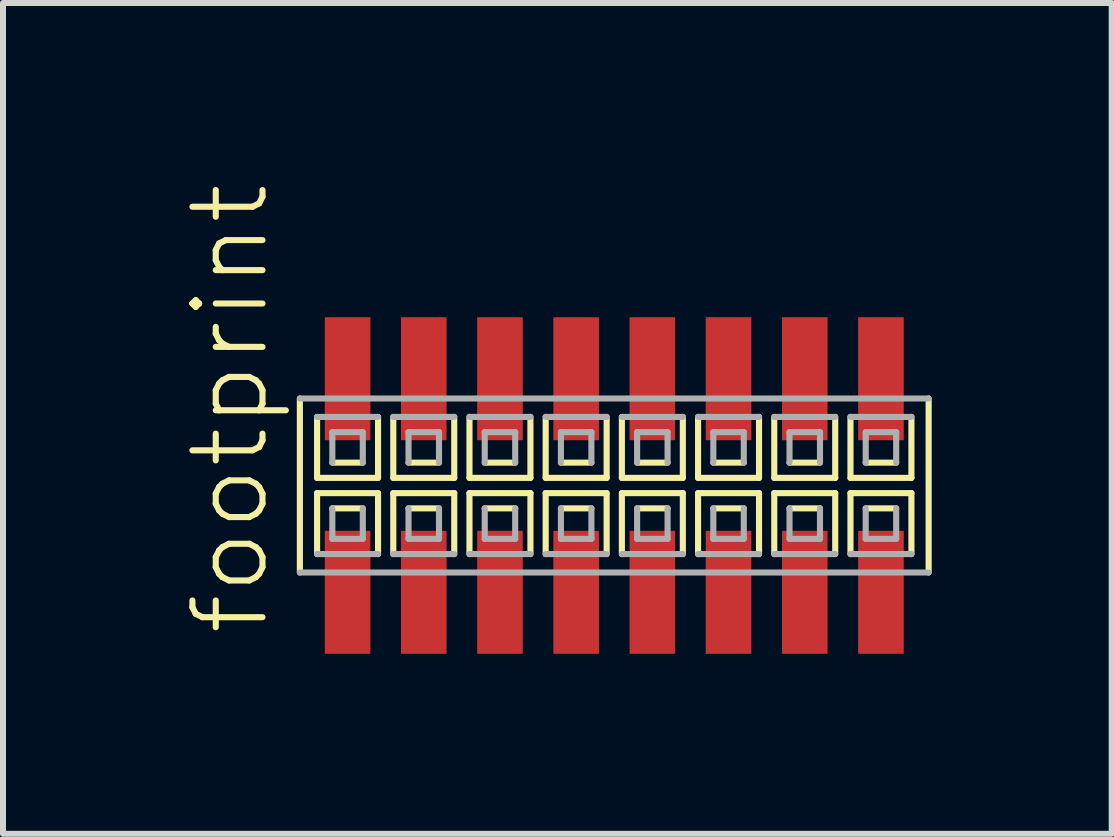
<source format=kicad_pcb>
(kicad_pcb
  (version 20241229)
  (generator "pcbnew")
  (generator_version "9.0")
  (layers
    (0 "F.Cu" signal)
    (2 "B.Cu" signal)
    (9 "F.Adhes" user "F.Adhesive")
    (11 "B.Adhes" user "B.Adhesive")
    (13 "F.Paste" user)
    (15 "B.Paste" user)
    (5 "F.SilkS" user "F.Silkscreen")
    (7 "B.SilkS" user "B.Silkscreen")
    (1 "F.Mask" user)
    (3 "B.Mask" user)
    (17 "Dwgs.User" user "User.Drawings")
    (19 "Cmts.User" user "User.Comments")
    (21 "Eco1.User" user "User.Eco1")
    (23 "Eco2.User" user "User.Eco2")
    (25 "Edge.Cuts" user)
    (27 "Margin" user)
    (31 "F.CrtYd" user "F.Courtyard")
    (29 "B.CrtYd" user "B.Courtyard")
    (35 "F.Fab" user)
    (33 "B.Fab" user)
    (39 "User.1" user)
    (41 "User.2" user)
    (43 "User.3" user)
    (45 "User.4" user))
  (footprint "footprint"
    (layer "F.Cu")
    (at 7.188 5.042)
    (property "Reference" "footprint" (at -5.715 2.54 90) (layer "F.SilkS") (effects (font (size 1.168 1.168) (thickness 0.102)) (justify left bottom)))
    (fp_line (start -5.24 -1.45) (end -5.24 1.45) (stroke (width 0.102) (type solid)) (layer "F.SilkS"))
    (fp_line (start -4.953 -1.143) (end -4.953 -0.127) (stroke (width 0.102) (type solid)) (layer "F.SilkS"))
    (fp_line (start -4.953 -0.127) (end -3.937 -0.127) (stroke (width 0.102) (type solid)) (layer "F.SilkS"))
    (fp_line (start -4.953 0.127) (end -4.953 1.143) (stroke (width 0.102) (type solid)) (layer "F.SilkS"))
    (fp_line (start -4.699 -0.381) (end -4.191 -0.381) (stroke (width 0.102) (type solid)) (layer "F.SilkS"))
    (fp_line (start -4.191 0.381) (end -4.699 0.381) (stroke (width 0.102) (type solid)) (layer "F.SilkS"))
    (fp_line (start -3.937 -0.127) (end -3.937 -1.143) (stroke (width 0.102) (type solid)) (layer "F.SilkS"))
    (fp_line (start -3.937 0.127) (end -4.953 0.127) (stroke (width 0.102) (type solid)) (layer "F.SilkS"))
    (fp_line (start -3.937 1.143) (end -3.937 0.127) (stroke (width 0.102) (type solid)) (layer "F.SilkS"))
    (fp_line (start -3.683 -1.143) (end -3.683 -0.127) (stroke (width 0.102) (type solid)) (layer "F.SilkS"))
    (fp_line (start -3.683 -0.127) (end -2.667 -0.127) (stroke (width 0.102) (type solid)) (layer "F.SilkS"))
    (fp_line (start -3.683 0.127) (end -3.683 1.143) (stroke (width 0.102) (type solid)) (layer "F.SilkS"))
    (fp_line (start -3.429 -0.381) (end -2.921 -0.381) (stroke (width 0.102) (type solid)) (layer "F.SilkS"))
    (fp_line (start -2.921 0.381) (end -3.429 0.381) (stroke (width 0.102) (type solid)) (layer "F.SilkS"))
    (fp_line (start -2.667 -0.127) (end -2.667 -1.143) (stroke (width 0.102) (type solid)) (layer "F.SilkS"))
    (fp_line (start -2.667 0.127) (end -3.683 0.127) (stroke (width 0.102) (type solid)) (layer "F.SilkS"))
    (fp_line (start -2.667 1.143) (end -2.667 0.127) (stroke (width 0.102) (type solid)) (layer "F.SilkS"))
    (fp_line (start -2.413 -1.143) (end -2.413 -0.127) (stroke (width 0.102) (type solid)) (layer "F.SilkS"))
    (fp_line (start -2.413 -0.127) (end -1.397 -0.127) (stroke (width 0.102) (type solid)) (layer "F.SilkS"))
    (fp_line (start -2.413 0.127) (end -2.413 1.143) (stroke (width 0.102) (type solid)) (layer "F.SilkS"))
    (fp_line (start -2.159 -0.381) (end -1.651 -0.381) (stroke (width 0.102) (type solid)) (layer "F.SilkS"))
    (fp_line (start -1.651 0.381) (end -2.159 0.381) (stroke (width 0.102) (type solid)) (layer "F.SilkS"))
    (fp_line (start -1.397 -0.127) (end -1.397 -1.143) (stroke (width 0.102) (type solid)) (layer "F.SilkS"))
    (fp_line (start -1.397 0.127) (end -2.413 0.127) (stroke (width 0.102) (type solid)) (layer "F.SilkS"))
    (fp_line (start -1.397 1.143) (end -1.397 0.127) (stroke (width 0.102) (type solid)) (layer "F.SilkS"))
    (fp_line (start -1.143 -1.143) (end -1.143 -0.127) (stroke (width 0.102) (type solid)) (layer "F.SilkS"))
    (fp_line (start -1.143 -0.127) (end -0.127 -0.127) (stroke (width 0.102) (type solid)) (layer "F.SilkS"))
    (fp_line (start -1.143 0.127) (end -1.143 1.143) (stroke (width 0.102) (type solid)) (layer "F.SilkS"))
    (fp_line (start -0.889 -0.381) (end -0.381 -0.381) (stroke (width 0.102) (type solid)) (layer "F.SilkS"))
    (fp_line (start -0.381 0.381) (end -0.889 0.381) (stroke (width 0.102) (type solid)) (layer "F.SilkS"))
    (fp_line (start -0.127 -0.127) (end -0.127 -1.143) (stroke (width 0.102) (type solid)) (layer "F.SilkS"))
    (fp_line (start -0.127 0.127) (end -1.143 0.127) (stroke (width 0.102) (type solid)) (layer "F.SilkS"))
    (fp_line (start -0.127 1.143) (end -0.127 0.127) (stroke (width 0.102) (type solid)) (layer "F.SilkS"))
    (fp_line (start 0.127 -1.143) (end 0.127 -0.127) (stroke (width 0.102) (type solid)) (layer "F.SilkS"))
    (fp_line (start 0.127 -0.127) (end 1.143 -0.127) (stroke (width 0.102) (type solid)) (layer "F.SilkS"))
    (fp_line (start 0.127 0.127) (end 0.127 1.143) (stroke (width 0.102) (type solid)) (layer "F.SilkS"))
    (fp_line (start 0.381 -0.381) (end 0.889 -0.381) (stroke (width 0.102) (type solid)) (layer "F.SilkS"))
    (fp_line (start 0.889 0.381) (end 0.381 0.381) (stroke (width 0.102) (type solid)) (layer "F.SilkS"))
    (fp_line (start 1.143 -0.127) (end 1.143 -1.143) (stroke (width 0.102) (type solid)) (layer "F.SilkS"))
    (fp_line (start 1.143 0.127) (end 0.127 0.127) (stroke (width 0.102) (type solid)) (layer "F.SilkS"))
    (fp_line (start 1.143 1.143) (end 1.143 0.127) (stroke (width 0.102) (type solid)) (layer "F.SilkS"))
    (fp_line (start 1.397 -1.143) (end 1.397 -0.127) (stroke (width 0.102) (type solid)) (layer "F.SilkS"))
    (fp_line (start 1.397 -0.127) (end 2.413 -0.127) (stroke (width 0.102) (type solid)) (layer "F.SilkS"))
    (fp_line (start 1.397 0.127) (end 1.397 1.143) (stroke (width 0.102) (type solid)) (layer "F.SilkS"))
    (fp_line (start 1.651 -0.381) (end 2.159 -0.381) (stroke (width 0.102) (type solid)) (layer "F.SilkS"))
    (fp_line (start 2.159 0.381) (end 1.651 0.381) (stroke (width 0.102) (type solid)) (layer "F.SilkS"))
    (fp_line (start 2.413 -0.127) (end 2.413 -1.143) (stroke (width 0.102) (type solid)) (layer "F.SilkS"))
    (fp_line (start 2.413 0.127) (end 1.397 0.127) (stroke (width 0.102) (type solid)) (layer "F.SilkS"))
    (fp_line (start 2.413 1.143) (end 2.413 0.127) (stroke (width 0.102) (type solid)) (layer "F.SilkS"))
    (fp_line (start 2.667 -1.143) (end 2.667 -0.127) (stroke (width 0.102) (type solid)) (layer "F.SilkS"))
    (fp_line (start 2.667 -0.127) (end 3.683 -0.127) (stroke (width 0.102) (type solid)) (layer "F.SilkS"))
    (fp_line (start 2.667 0.127) (end 2.667 1.143) (stroke (width 0.102) (type solid)) (layer "F.SilkS"))
    (fp_line (start 2.921 -0.381) (end 3.429 -0.381) (stroke (width 0.102) (type solid)) (layer "F.SilkS"))
    (fp_line (start 3.429 0.381) (end 2.921 0.381) (stroke (width 0.102) (type solid)) (layer "F.SilkS"))
    (fp_line (start 3.683 -0.127) (end 3.683 -1.143) (stroke (width 0.102) (type solid)) (layer "F.SilkS"))
    (fp_line (start 3.683 0.127) (end 2.667 0.127) (stroke (width 0.102) (type solid)) (layer "F.SilkS"))
    (fp_line (start 3.683 1.143) (end 3.683 0.127) (stroke (width 0.102) (type solid)) (layer "F.SilkS"))
    (fp_line (start 3.937 -1.143) (end 3.937 -0.127) (stroke (width 0.102) (type solid)) (layer "F.SilkS"))
    (fp_line (start 3.937 -0.127) (end 4.953 -0.127) (stroke (width 0.102) (type solid)) (layer "F.SilkS"))
    (fp_line (start 3.937 0.127) (end 3.937 1.143) (stroke (width 0.102) (type solid)) (layer "F.SilkS"))
    (fp_line (start 4.191 -0.381) (end 4.699 -0.381) (stroke (width 0.102) (type solid)) (layer "F.SilkS"))
    (fp_line (start 4.699 0.381) (end 4.191 0.381) (stroke (width 0.102) (type solid)) (layer "F.SilkS"))
    (fp_line (start 4.953 -0.127) (end 4.953 -1.143) (stroke (width 0.102) (type solid)) (layer "F.SilkS"))
    (fp_line (start 4.953 0.127) (end 3.937 0.127) (stroke (width 0.102) (type solid)) (layer "F.SilkS"))
    (fp_line (start 4.953 1.143) (end 4.953 0.127) (stroke (width 0.102) (type solid)) (layer "F.SilkS"))
    (fp_line (start 5.24 1.45) (end 5.24 -1.45) (stroke (width 0.102) (type solid)) (layer "F.SilkS"))
    (fp_line (start -5.24 1.45) (end 5.24 1.45) (stroke (width 0.102) (type solid)) (layer "F.Fab"))
    (fp_line (start -4.953 1.143) (end -3.937 1.143) (stroke (width 0.102) (type solid)) (layer "F.Fab"))
    (fp_line (start -4.699 -0.889) (end -4.699 -0.381) (stroke (width 0.102) (type solid)) (layer "F.Fab"))
    (fp_line (start -4.699 0.381) (end -4.699 0.889) (stroke (width 0.102) (type solid)) (layer "F.Fab"))
    (fp_line (start -4.699 0.889) (end -4.191 0.889) (stroke (width 0.102) (type solid)) (layer "F.Fab"))
    (fp_line (start -4.191 -0.889) (end -4.699 -0.889) (stroke (width 0.102) (type solid)) (layer "F.Fab"))
    (fp_line (start -4.191 -0.381) (end -4.191 -0.889) (stroke (width 0.102) (type solid)) (layer "F.Fab"))
    (fp_line (start -4.191 0.889) (end -4.191 0.381) (stroke (width 0.102) (type solid)) (layer "F.Fab"))
    (fp_line (start -3.937 -1.143) (end -4.953 -1.143) (stroke (width 0.102) (type solid)) (layer "F.Fab"))
    (fp_line (start -3.683 1.143) (end -2.667 1.143) (stroke (width 0.102) (type solid)) (layer "F.Fab"))
    (fp_line (start -3.429 -0.889) (end -3.429 -0.381) (stroke (width 0.102) (type solid)) (layer "F.Fab"))
    (fp_line (start -3.429 0.381) (end -3.429 0.889) (stroke (width 0.102) (type solid)) (layer "F.Fab"))
    (fp_line (start -3.429 0.889) (end -2.921 0.889) (stroke (width 0.102) (type solid)) (layer "F.Fab"))
    (fp_line (start -2.921 -0.889) (end -3.429 -0.889) (stroke (width 0.102) (type solid)) (layer "F.Fab"))
    (fp_line (start -2.921 -0.381) (end -2.921 -0.889) (stroke (width 0.102) (type solid)) (layer "F.Fab"))
    (fp_line (start -2.921 0.889) (end -2.921 0.381) (stroke (width 0.102) (type solid)) (layer "F.Fab"))
    (fp_line (start -2.667 -1.143) (end -3.683 -1.143) (stroke (width 0.102) (type solid)) (layer "F.Fab"))
    (fp_line (start -2.413 1.143) (end -1.397 1.143) (stroke (width 0.102) (type solid)) (layer "F.Fab"))
    (fp_line (start -2.159 -0.889) (end -2.159 -0.381) (stroke (width 0.102) (type solid)) (layer "F.Fab"))
    (fp_line (start -2.159 0.381) (end -2.159 0.889) (stroke (width 0.102) (type solid)) (layer "F.Fab"))
    (fp_line (start -2.159 0.889) (end -1.651 0.889) (stroke (width 0.102) (type solid)) (layer "F.Fab"))
    (fp_line (start -1.651 -0.889) (end -2.159 -0.889) (stroke (width 0.102) (type solid)) (layer "F.Fab"))
    (fp_line (start -1.651 -0.381) (end -1.651 -0.889) (stroke (width 0.102) (type solid)) (layer "F.Fab"))
    (fp_line (start -1.651 0.889) (end -1.651 0.381) (stroke (width 0.102) (type solid)) (layer "F.Fab"))
    (fp_line (start -1.397 -1.143) (end -2.413 -1.143) (stroke (width 0.102) (type solid)) (layer "F.Fab"))
    (fp_line (start -1.143 1.143) (end -0.127 1.143) (stroke (width 0.102) (type solid)) (layer "F.Fab"))
    (fp_line (start -0.889 -0.889) (end -0.889 -0.381) (stroke (width 0.102) (type solid)) (layer "F.Fab"))
    (fp_line (start -0.889 0.381) (end -0.889 0.889) (stroke (width 0.102) (type solid)) (layer "F.Fab"))
    (fp_line (start -0.889 0.889) (end -0.381 0.889) (stroke (width 0.102) (type solid)) (layer "F.Fab"))
    (fp_line (start -0.381 -0.889) (end -0.889 -0.889) (stroke (width 0.102) (type solid)) (layer "F.Fab"))
    (fp_line (start -0.381 -0.381) (end -0.381 -0.889) (stroke (width 0.102) (type solid)) (layer "F.Fab"))
    (fp_line (start -0.381 0.889) (end -0.381 0.381) (stroke (width 0.102) (type solid)) (layer "F.Fab"))
    (fp_line (start -0.127 -1.143) (end -1.143 -1.143) (stroke (width 0.102) (type solid)) (layer "F.Fab"))
    (fp_line (start 0.127 1.143) (end 1.143 1.143) (stroke (width 0.102) (type solid)) (layer "F.Fab"))
    (fp_line (start 0.381 -0.889) (end 0.381 -0.381) (stroke (width 0.102) (type solid)) (layer "F.Fab"))
    (fp_line (start 0.381 0.381) (end 0.381 0.889) (stroke (width 0.102) (type solid)) (layer "F.Fab"))
    (fp_line (start 0.381 0.889) (end 0.889 0.889) (stroke (width 0.102) (type solid)) (layer "F.Fab"))
    (fp_line (start 0.889 -0.889) (end 0.381 -0.889) (stroke (width 0.102) (type solid)) (layer "F.Fab"))
    (fp_line (start 0.889 -0.381) (end 0.889 -0.889) (stroke (width 0.102) (type solid)) (layer "F.Fab"))
    (fp_line (start 0.889 0.889) (end 0.889 0.381) (stroke (width 0.102) (type solid)) (layer "F.Fab"))
    (fp_line (start 1.143 -1.143) (end 0.127 -1.143) (stroke (width 0.102) (type solid)) (layer "F.Fab"))
    (fp_line (start 1.397 1.143) (end 2.413 1.143) (stroke (width 0.102) (type solid)) (layer "F.Fab"))
    (fp_line (start 1.651 -0.889) (end 1.651 -0.381) (stroke (width 0.102) (type solid)) (layer "F.Fab"))
    (fp_line (start 1.651 0.381) (end 1.651 0.889) (stroke (width 0.102) (type solid)) (layer "F.Fab"))
    (fp_line (start 1.651 0.889) (end 2.159 0.889) (stroke (width 0.102) (type solid)) (layer "F.Fab"))
    (fp_line (start 2.159 -0.889) (end 1.651 -0.889) (stroke (width 0.102) (type solid)) (layer "F.Fab"))
    (fp_line (start 2.159 -0.381) (end 2.159 -0.889) (stroke (width 0.102) (type solid)) (layer "F.Fab"))
    (fp_line (start 2.159 0.889) (end 2.159 0.381) (stroke (width 0.102) (type solid)) (layer "F.Fab"))
    (fp_line (start 2.413 -1.143) (end 1.397 -1.143) (stroke (width 0.102) (type solid)) (layer "F.Fab"))
    (fp_line (start 2.667 1.143) (end 3.683 1.143) (stroke (width 0.102) (type solid)) (layer "F.Fab"))
    (fp_line (start 2.921 -0.889) (end 2.921 -0.381) (stroke (width 0.102) (type solid)) (layer "F.Fab"))
    (fp_line (start 2.921 0.381) (end 2.921 0.889) (stroke (width 0.102) (type solid)) (layer "F.Fab"))
    (fp_line (start 2.921 0.889) (end 3.429 0.889) (stroke (width 0.102) (type solid)) (layer "F.Fab"))
    (fp_line (start 3.429 -0.889) (end 2.921 -0.889) (stroke (width 0.102) (type solid)) (layer "F.Fab"))
    (fp_line (start 3.429 -0.381) (end 3.429 -0.889) (stroke (width 0.102) (type solid)) (layer "F.Fab"))
    (fp_line (start 3.429 0.889) (end 3.429 0.381) (stroke (width 0.102) (type solid)) (layer "F.Fab"))
    (fp_line (start 3.683 -1.143) (end 2.667 -1.143) (stroke (width 0.102) (type solid)) (layer "F.Fab"))
    (fp_line (start 3.937 1.143) (end 4.953 1.143) (stroke (width 0.102) (type solid)) (layer "F.Fab"))
    (fp_line (start 4.191 -0.889) (end 4.191 -0.381) (stroke (width 0.102) (type solid)) (layer "F.Fab"))
    (fp_line (start 4.191 0.381) (end 4.191 0.889) (stroke (width 0.102) (type solid)) (layer "F.Fab"))
    (fp_line (start 4.191 0.889) (end 4.699 0.889) (stroke (width 0.102) (type solid)) (layer "F.Fab"))
    (fp_line (start 4.699 -0.889) (end 4.191 -0.889) (stroke (width 0.102) (type solid)) (layer "F.Fab"))
    (fp_line (start 4.699 -0.381) (end 4.699 -0.889) (stroke (width 0.102) (type solid)) (layer "F.Fab"))
    (fp_line (start 4.699 0.889) (end 4.699 0.381) (stroke (width 0.102) (type solid)) (layer "F.Fab"))
    (fp_line (start 4.953 -1.143) (end 3.937 -1.143) (stroke (width 0.102) (type solid)) (layer "F.Fab"))
    (fp_line (start 5.24 -1.45) (end -5.24 -1.45) (stroke (width 0.102) (type solid)) (layer "F.Fab"))
    (pad "1" smd rect (at -4.445 1.78) (size 0.76 2.05) (layers "F.Cu" "F.Mask" "F.Paste"))
    (pad "2" smd rect (at -4.445 -1.78) (size 0.76 2.05) (layers "F.Cu" "F.Mask" "F.Paste"))
    (pad "3" smd rect (at -3.175 1.78) (size 0.76 2.05) (layers "F.Cu" "F.Mask" "F.Paste"))
    (pad "4" smd rect (at -3.175 -1.78) (size 0.76 2.05) (layers "F.Cu" "F.Mask" "F.Paste"))
    (pad "5" smd rect (at -1.905 1.78) (size 0.76 2.05) (layers "F.Cu" "F.Mask" "F.Paste"))
    (pad "6" smd rect (at -1.905 -1.78) (size 0.76 2.05) (layers "F.Cu" "F.Mask" "F.Paste"))
    (pad "7" smd rect (at -0.635 1.78) (size 0.76 2.05) (layers "F.Cu" "F.Mask" "F.Paste"))
    (pad "8" smd rect (at -0.635 -1.78) (size 0.76 2.05) (layers "F.Cu" "F.Mask" "F.Paste"))
    (pad "9" smd rect (at 0.635 1.78) (size 0.76 2.05) (layers "F.Cu" "F.Mask" "F.Paste"))
    (pad "10" smd rect (at 0.635 -1.78) (size 0.76 2.05) (layers "F.Cu" "F.Mask" "F.Paste"))
    (pad "11" smd rect (at 1.905 1.78) (size 0.76 2.05) (layers "F.Cu" "F.Mask" "F.Paste"))
    (pad "12" smd rect (at 1.905 -1.78) (size 0.76 2.05) (layers "F.Cu" "F.Mask" "F.Paste"))
    (pad "13" smd rect (at 3.175 1.78) (size 0.76 2.05) (layers "F.Cu" "F.Mask" "F.Paste"))
    (pad "14" smd rect (at 3.175 -1.78) (size 0.76 2.05) (layers "F.Cu" "F.Mask" "F.Paste"))
    (pad "15" smd rect (at 4.445 1.78) (size 0.76 2.05) (layers "F.Cu" "F.Mask" "F.Paste"))
    (pad "16" smd rect (at 4.445 -1.78) (size 0.76 2.05) (layers "F.Cu" "F.Mask" "F.Paste")))
  (gr_rect
    (start -3 -3)
    (end 15.479 10.847)
    (stroke (width 0.1) (type default))
    (fill no)
    (layer "Edge.Cuts")))
</source>
